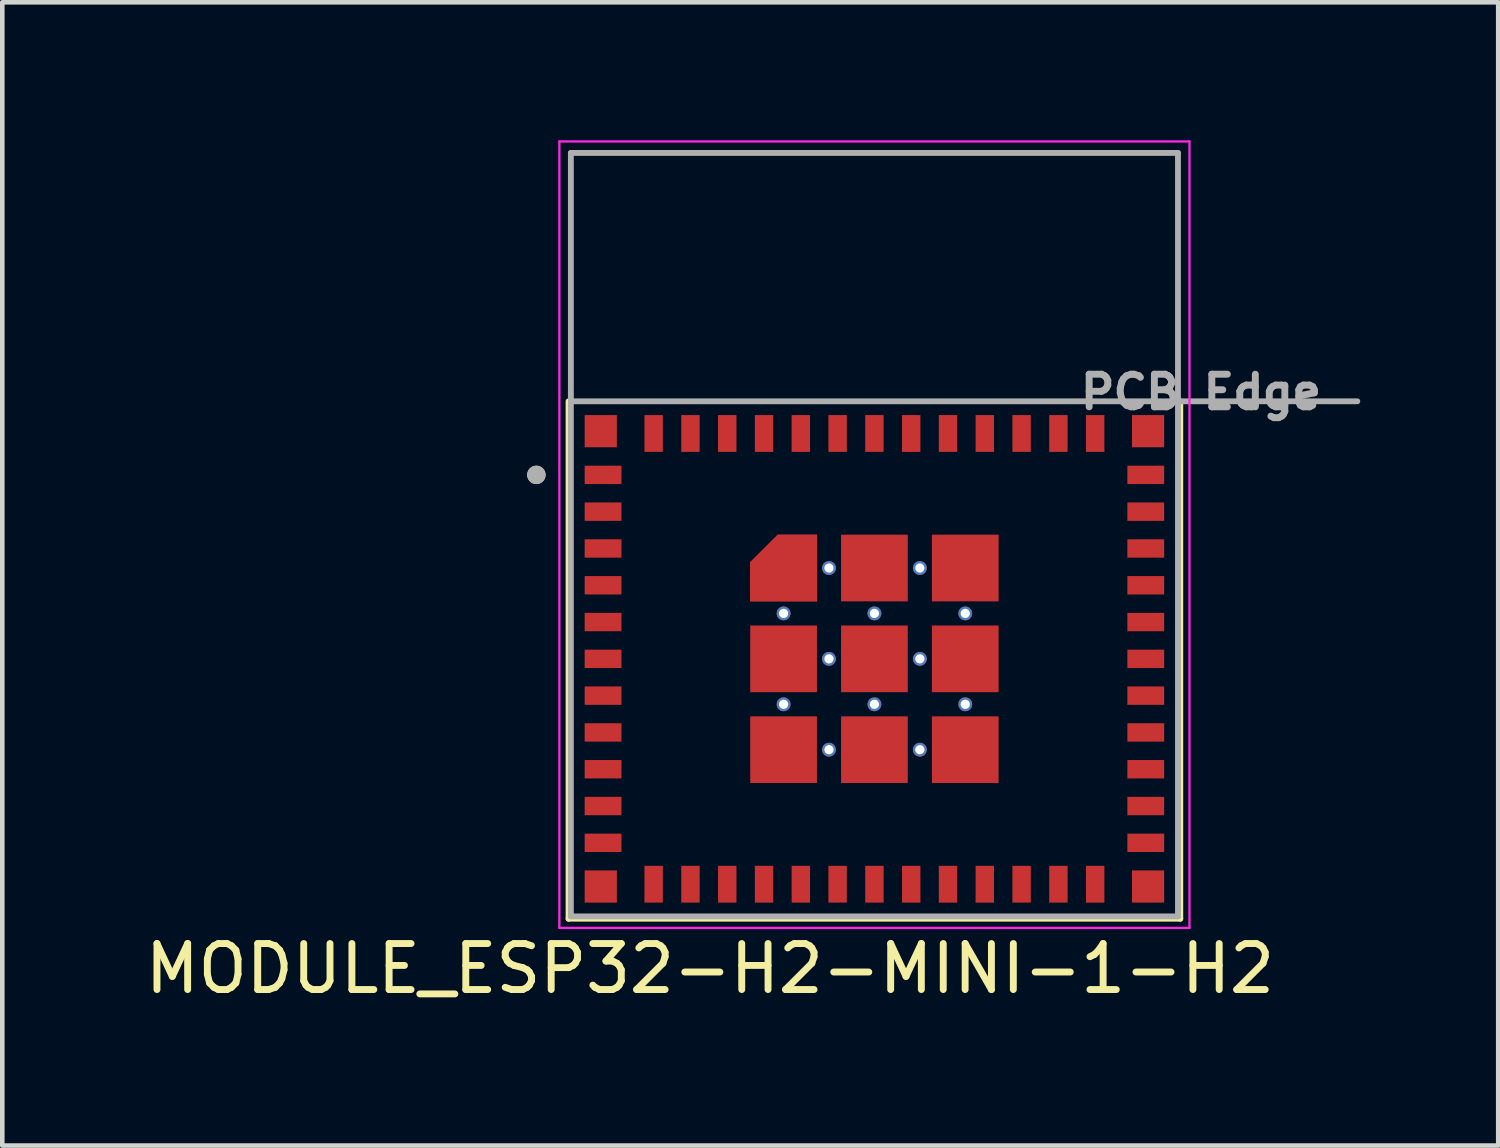
<source format=kicad_pcb>
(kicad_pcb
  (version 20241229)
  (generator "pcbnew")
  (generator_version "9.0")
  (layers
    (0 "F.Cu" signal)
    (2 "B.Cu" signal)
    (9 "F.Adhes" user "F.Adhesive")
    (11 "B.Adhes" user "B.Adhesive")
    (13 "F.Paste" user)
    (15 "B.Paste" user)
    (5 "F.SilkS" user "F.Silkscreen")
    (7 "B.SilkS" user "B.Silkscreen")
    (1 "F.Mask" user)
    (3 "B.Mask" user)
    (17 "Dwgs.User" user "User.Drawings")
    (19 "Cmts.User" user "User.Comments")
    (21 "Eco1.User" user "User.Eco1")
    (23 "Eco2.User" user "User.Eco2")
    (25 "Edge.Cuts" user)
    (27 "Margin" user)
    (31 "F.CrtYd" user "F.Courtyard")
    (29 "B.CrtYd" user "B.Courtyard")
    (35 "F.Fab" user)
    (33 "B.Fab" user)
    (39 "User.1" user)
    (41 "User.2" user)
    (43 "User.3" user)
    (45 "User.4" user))
  (footprint "MODULE_ESP32-H2-MINI-1-H2"
    (layer "F.Cu")
    (at 15.962 8.575)
    (property "Reference" "MODULE_ESP32-H2-MINI-1-H2" (at -3.575 9.435 0) (layer "F.SilkS") (effects (font (size 1 1) (thickness 0.15))))
    (attr smd)
    (fp_poly (pts (xy -2.8 1.55) (xy -1.15 1.55) (xy -1.15 -0.1) (xy -2.15 -0.1) (xy -2.8 0.55)) (stroke (width 0.01) (type solid)) (fill yes) (layer "F.Mask"))
    (fp_line (start -6.65 -2.9) (end -6.65 8.35) (stroke (width 0.127) (type solid)) (layer "F.SilkS"))
    (fp_line (start -6.65 8.35) (end 6.65 8.35) (stroke (width 0.127) (type solid)) (layer "F.SilkS"))
    (fp_line (start 6.65 8.35) (end 6.65 -2.9) (stroke (width 0.127) (type solid)) (layer "F.SilkS"))
    (fp_circle (center -7.35 -1.3) (end -7.25 -1.3) (stroke (width 0.2) (type solid)) (fill no) (layer "F.SilkS"))
    (fp_poly (pts (xy -2.7 0.6) (xy -2.7 1.45) (xy -1.25 1.45) (xy -1.25 0) (xy -2.1 0)) (stroke (width 0.01) (type solid)) (fill yes) (layer "F.Paste"))
    (fp_line (start -6.85 -8.55) (end -6.85 8.55) (stroke (width 0.05) (type solid)) (layer "F.CrtYd"))
    (fp_line (start -6.85 8.55) (end 6.85 8.55) (stroke (width 0.05) (type solid)) (layer "F.CrtYd"))
    (fp_line (start 6.85 -8.55) (end -6.85 -8.55) (stroke (width 0.05) (type solid)) (layer "F.CrtYd"))
    (fp_line (start 6.85 8.55) (end 6.85 -8.55) (stroke (width 0.05) (type solid)) (layer "F.CrtYd"))
    (fp_line (start -6.6 -8.3) (end -6.6 -2.9) (stroke (width 0.127) (type solid)) (layer "F.Fab"))
    (fp_line (start -6.6 -2.9) (end -6.6 8.3) (stroke (width 0.127) (type solid)) (layer "F.Fab"))
    (fp_line (start -6.6 -2.9) (end 6.6 -2.9) (stroke (width 0.127) (type solid)) (layer "F.Fab"))
    (fp_line (start -6.6 8.3) (end 6.6 8.3) (stroke (width 0.127) (type solid)) (layer "F.Fab"))
    (fp_line (start 6.6 -8.3) (end -6.6 -8.3) (stroke (width 0.127) (type solid)) (layer "F.Fab"))
    (fp_line (start 6.6 -2.9) (end 6.6 -8.3) (stroke (width 0.127) (type solid)) (layer "F.Fab"))
    (fp_line (start 6.6 -2.9) (end 10.5 -2.9) (stroke (width 0.127) (type solid)) (layer "F.Fab"))
    (fp_line (start 6.6 8.3) (end 6.6 -2.9) (stroke (width 0.127) (type solid)) (layer "F.Fab"))
    (fp_circle (center -7.35 -1.3) (end -7.25 -1.3) (stroke (width 0.2) (type solid)) (fill no) (layer "F.Fab"))
    (fp_text user "PCB Edge" (at 7.1 -3.1 0) (layer "F.Fab") (effects (font (size 0.709 0.709) (thickness 0.15))))
    (pad "1" smd rect (at -5.9 -1.3) (size 0.8 0.4) (layers "F.Cu" "F.Mask" "F.Paste"))
    (pad "2" smd rect (at -5.9 -0.5) (size 0.8 0.4) (layers "F.Cu" "F.Mask" "F.Paste"))
    (pad "3" smd rect (at -5.9 0.3) (size 0.8 0.4) (layers "F.Cu" "F.Mask" "F.Paste"))
    (pad "4" smd rect (at -5.9 1.1) (size 0.8 0.4) (layers "F.Cu" "F.Mask" "F.Paste"))
    (pad "5" smd rect (at -5.9 1.9) (size 0.8 0.4) (layers "F.Cu" "F.Mask" "F.Paste"))
    (pad "6" smd rect (at -5.9 2.7) (size 0.8 0.4) (layers "F.Cu" "F.Mask" "F.Paste"))
    (pad "7" smd rect (at -5.9 3.5) (size 0.8 0.4) (layers "F.Cu" "F.Mask" "F.Paste"))
    (pad "8" smd rect (at -5.9 4.3) (size 0.8 0.4) (layers "F.Cu" "F.Mask" "F.Paste"))
    (pad "9" smd rect (at -5.9 5.1) (size 0.8 0.4) (layers "F.Cu" "F.Mask" "F.Paste"))
    (pad "10" smd rect (at -5.9 5.9) (size 0.8 0.4) (layers "F.Cu" "F.Mask" "F.Paste"))
    (pad "11" smd rect (at -5.9 6.7) (size 0.8 0.4) (layers "F.Cu" "F.Mask" "F.Paste"))
    (pad "12" smd rect (at -4.8 7.6) (size 0.4 0.8) (layers "F.Cu" "F.Mask" "F.Paste"))
    (pad "13" smd rect (at -4 7.6) (size 0.4 0.8) (layers "F.Cu" "F.Mask" "F.Paste"))
    (pad "14" smd rect (at -3.2 7.6) (size 0.4 0.8) (layers "F.Cu" "F.Mask" "F.Paste"))
    (pad "15" smd rect (at -2.4 7.6) (size 0.4 0.8) (layers "F.Cu" "F.Mask" "F.Paste"))
    (pad "16" smd rect (at -1.6 7.6) (size 0.4 0.8) (layers "F.Cu" "F.Mask" "F.Paste"))
    (pad "17" smd rect (at -0.8 7.6) (size 0.4 0.8) (layers "F.Cu" "F.Mask" "F.Paste"))
    (pad "18" smd rect (at 0 7.6) (size 0.4 0.8) (layers "F.Cu" "F.Mask" "F.Paste"))
    (pad "19" smd rect (at 0.8 7.6) (size 0.4 0.8) (layers "F.Cu" "F.Mask" "F.Paste"))
    (pad "20" smd rect (at 1.6 7.6) (size 0.4 0.8) (layers "F.Cu" "F.Mask" "F.Paste"))
    (pad "21" smd rect (at 2.4 7.6) (size 0.4 0.8) (layers "F.Cu" "F.Mask" "F.Paste"))
    (pad "22" smd rect (at 3.2 7.6) (size 0.4 0.8) (layers "F.Cu" "F.Mask" "F.Paste"))
    (pad "23" smd rect (at 4 7.6) (size 0.4 0.8) (layers "F.Cu" "F.Mask" "F.Paste"))
    (pad "24" smd rect (at 4.8 7.6) (size 0.4 0.8) (layers "F.Cu" "F.Mask" "F.Paste"))
    (pad "25" smd rect (at 5.9 6.7) (size 0.8 0.4) (layers "F.Cu" "F.Mask" "F.Paste"))
    (pad "26" smd rect (at 5.9 5.9) (size 0.8 0.4) (layers "F.Cu" "F.Mask" "F.Paste"))
    (pad "27" smd rect (at 5.9 5.1) (size 0.8 0.4) (layers "F.Cu" "F.Mask" "F.Paste"))
    (pad "28" smd rect (at 5.9 4.3) (size 0.8 0.4) (layers "F.Cu" "F.Mask" "F.Paste"))
    (pad "29" smd rect (at 5.9 3.5) (size 0.8 0.4) (layers "F.Cu" "F.Mask" "F.Paste"))
    (pad "30" smd rect (at 5.9 2.7) (size 0.8 0.4) (layers "F.Cu" "F.Mask" "F.Paste"))
    (pad "31" smd rect (at 5.9 1.9) (size 0.8 0.4) (layers "F.Cu" "F.Mask" "F.Paste"))
    (pad "32" smd rect (at 5.9 1.1) (size 0.8 0.4) (layers "F.Cu" "F.Mask" "F.Paste"))
    (pad "33" smd rect (at 5.9 0.3) (size 0.8 0.4) (layers "F.Cu" "F.Mask" "F.Paste"))
    (pad "34" smd rect (at 5.9 -0.5) (size 0.8 0.4) (layers "F.Cu" "F.Mask" "F.Paste"))
    (pad "35" smd rect (at 5.9 -1.3) (size 0.8 0.4) (layers "F.Cu" "F.Mask" "F.Paste"))
    (pad "36" smd rect (at 4.8 -2.2) (size 0.4 0.8) (layers "F.Cu" "F.Mask" "F.Paste"))
    (pad "37" smd rect (at 4 -2.2) (size 0.4 0.8) (layers "F.Cu" "F.Mask" "F.Paste"))
    (pad "38" smd rect (at 3.2 -2.2) (size 0.4 0.8) (layers "F.Cu" "F.Mask" "F.Paste"))
    (pad "39" smd rect (at 2.4 -2.2) (size 0.4 0.8) (layers "F.Cu" "F.Mask" "F.Paste"))
    (pad "40" smd rect (at 1.6 -2.2) (size 0.4 0.8) (layers "F.Cu" "F.Mask" "F.Paste"))
    (pad "41" smd rect (at 0.8 -2.2) (size 0.4 0.8) (layers "F.Cu" "F.Mask" "F.Paste"))
    (pad "42" smd rect (at 0 -2.2) (size 0.4 0.8) (layers "F.Cu" "F.Mask" "F.Paste"))
    (pad "43" smd rect (at -0.8 -2.2) (size 0.4 0.8) (layers "F.Cu" "F.Mask" "F.Paste"))
    (pad "44" smd rect (at -1.6 -2.2) (size 0.4 0.8) (layers "F.Cu" "F.Mask" "F.Paste"))
    (pad "45" smd rect (at -2.4 -2.2) (size 0.4 0.8) (layers "F.Cu" "F.Mask" "F.Paste"))
    (pad "46" smd rect (at -3.2 -2.2) (size 0.4 0.8) (layers "F.Cu" "F.Mask" "F.Paste"))
    (pad "47" smd rect (at -4 -2.2) (size 0.4 0.8) (layers "F.Cu" "F.Mask" "F.Paste"))
    (pad "48" smd rect (at -4.8 -2.2) (size 0.4 0.8) (layers "F.Cu" "F.Mask" "F.Paste"))
    (pad "49_1" smd rect (at 0 2.7) (size 1.45 1.45) (layers "F.Cu" "F.Mask" "F.Paste"))
    (pad "49_2" smd custom (at -1.975 0.725) (size 0.5 0.5) (layers "F.Cu") (options (anchor rect)) (primitives (gr_poly (pts (xy -0.725 0.725) (xy 0.725 0.725) (xy 0.725 -0.725) (xy -0.125 -0.725) (xy -0.725 -0.125)) (width 0.01) (fill yes))))
    (pad "49_3" smd rect (at 0 0.725) (size 1.45 1.45) (layers "F.Cu" "F.Mask" "F.Paste"))
    (pad "49_4" smd rect (at 1.975 0.725) (size 1.45 1.45) (layers "F.Cu" "F.Mask" "F.Paste"))
    (pad "49_5" smd rect (at -1.975 2.7) (size 1.45 1.45) (layers "F.Cu" "F.Mask" "F.Paste"))
    (pad "49_6" smd rect (at 1.975 2.7) (size 1.45 1.45) (layers "F.Cu" "F.Mask" "F.Paste"))
    (pad "49_7" smd rect (at -1.975 4.675) (size 1.45 1.45) (layers "F.Cu" "F.Mask" "F.Paste"))
    (pad "49_8" smd rect (at 0 4.675) (size 1.45 1.45) (layers "F.Cu" "F.Mask" "F.Paste"))
    (pad "49_9" smd rect (at 1.975 4.675) (size 1.45 1.45) (layers "F.Cu" "F.Mask" "F.Paste"))
    (pad "50" smd rect (at 5.95 -2.25) (size 0.7 0.7) (layers "F.Cu" "F.Mask" "F.Paste"))
    (pad "51" smd rect (at 5.95 7.65) (size 0.7 0.7) (layers "F.Cu" "F.Mask" "F.Paste"))
    (pad "52" smd rect (at -5.95 7.65) (size 0.7 0.7) (layers "F.Cu" "F.Mask" "F.Paste"))
    (pad "53" smd rect (at -5.95 -2.25) (size 0.7 0.7) (layers "F.Cu" "F.Mask" "F.Paste"))
    (pad "54" thru_hole circle (at -0.988 0.725) (size 0.3 0.3) (drill 0.2) (layers "*.Cu"))
    (pad "55" thru_hole circle (at 0.988 0.725) (size 0.3 0.3) (drill 0.2) (layers "*.Cu"))
    (pad "56" thru_hole circle (at -1.975 1.712) (size 0.3 0.3) (drill 0.2) (layers "*.Cu"))
    (pad "57" thru_hole circle (at 0 1.712) (size 0.3 0.3) (drill 0.2) (layers "*.Cu"))
    (pad "58" thru_hole circle (at 1.975 1.712) (size 0.3 0.3) (drill 0.2) (layers "*.Cu"))
    (pad "59" thru_hole circle (at -0.988 2.7) (size 0.3 0.3) (drill 0.2) (layers "*.Cu"))
    (pad "60" thru_hole circle (at 0.988 2.7) (size 0.3 0.3) (drill 0.2) (layers "*.Cu"))
    (pad "61" thru_hole circle (at -1.975 3.688) (size 0.3 0.3) (drill 0.2) (layers "*.Cu"))
    (pad "62" thru_hole circle (at 0 3.688) (size 0.3 0.3) (drill 0.2) (layers "*.Cu"))
    (pad "63" thru_hole circle (at 1.975 3.688) (size 0.3 0.3) (drill 0.2) (layers "*.Cu"))
    (pad "64" thru_hole circle (at -0.988 4.675) (size 0.3 0.3) (drill 0.2) (layers "*.Cu"))
    (pad "65" thru_hole circle (at 0.988 4.675) (size 0.3 0.3) (drill 0.2) (layers "*.Cu")))
  (gr_rect
    (start -3 -3)
    (end 29.525 21.858)
    (stroke (width 0.1) (type default))
    (fill no)
    (layer "Edge.Cuts")))
</source>
